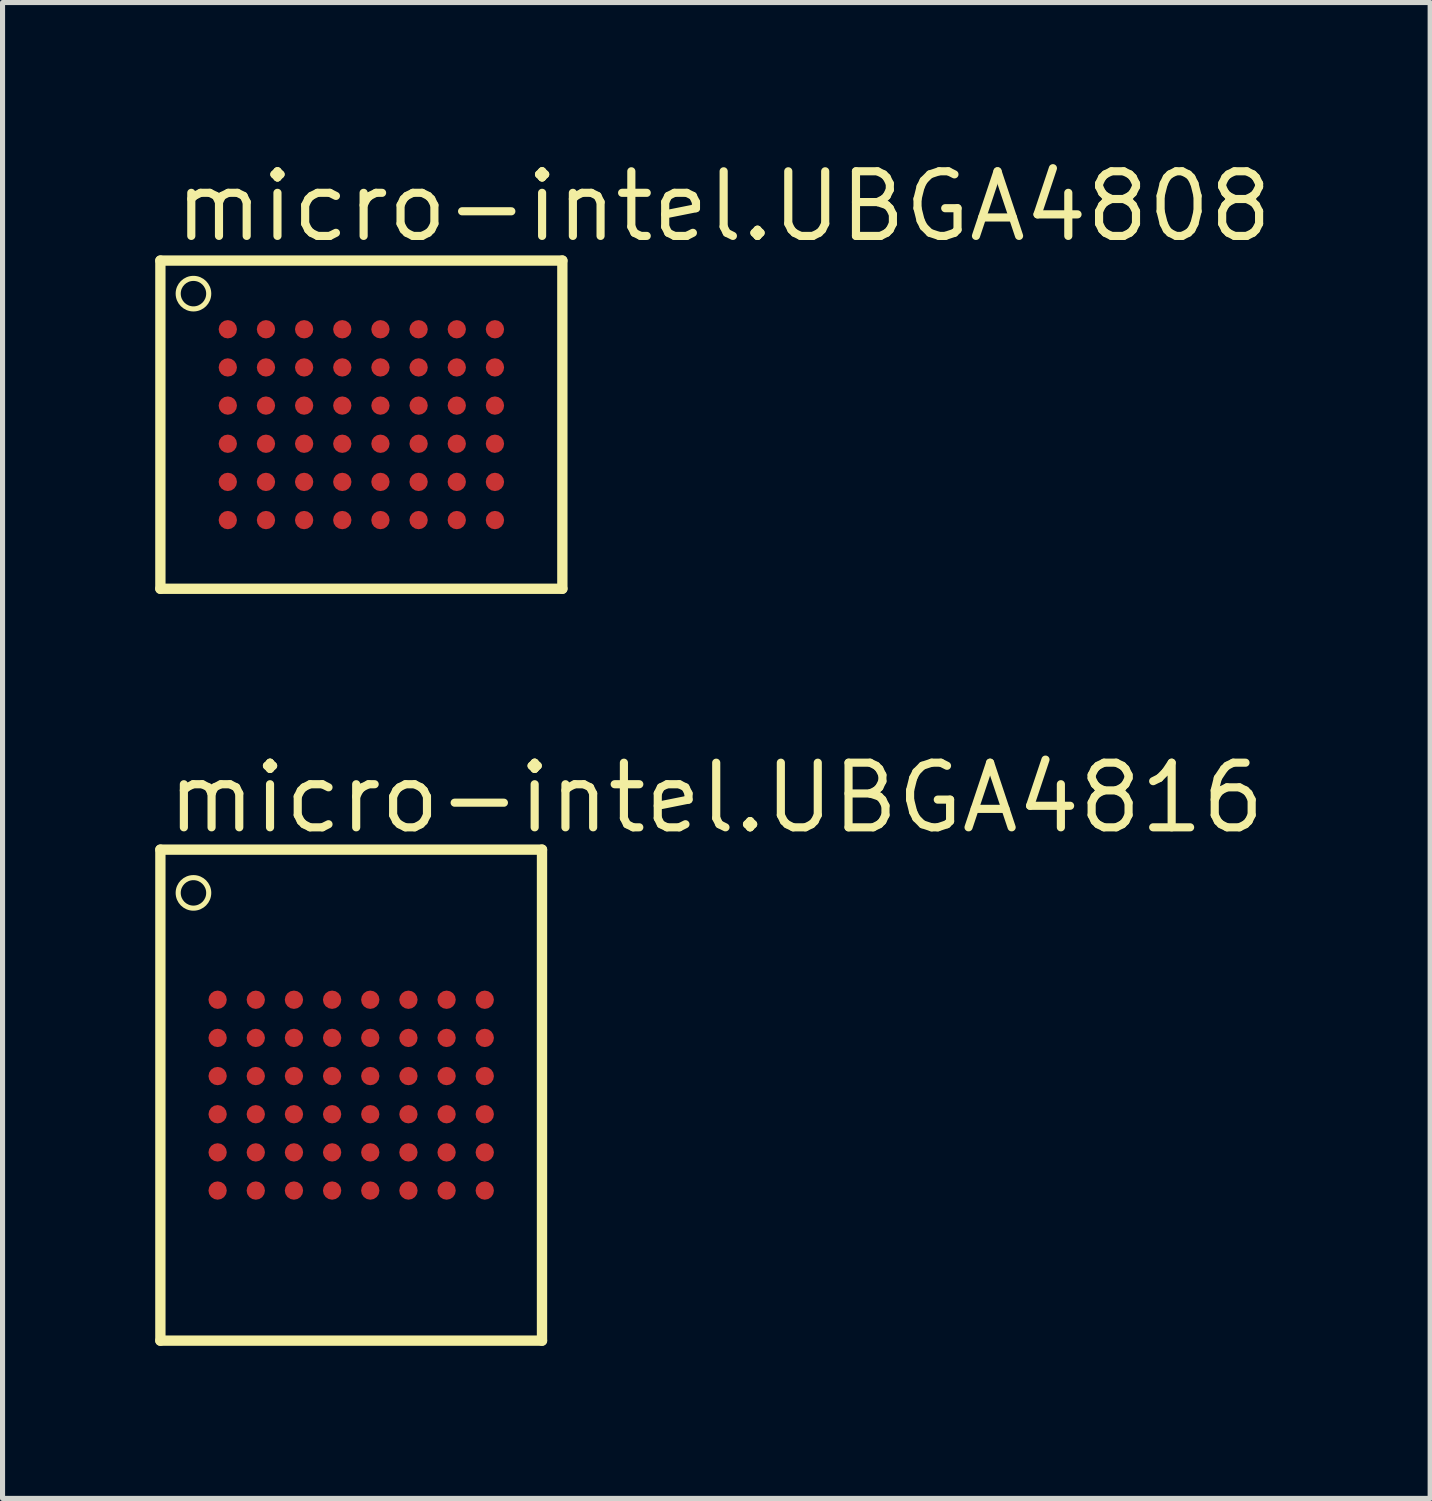
<source format=kicad_pcb>
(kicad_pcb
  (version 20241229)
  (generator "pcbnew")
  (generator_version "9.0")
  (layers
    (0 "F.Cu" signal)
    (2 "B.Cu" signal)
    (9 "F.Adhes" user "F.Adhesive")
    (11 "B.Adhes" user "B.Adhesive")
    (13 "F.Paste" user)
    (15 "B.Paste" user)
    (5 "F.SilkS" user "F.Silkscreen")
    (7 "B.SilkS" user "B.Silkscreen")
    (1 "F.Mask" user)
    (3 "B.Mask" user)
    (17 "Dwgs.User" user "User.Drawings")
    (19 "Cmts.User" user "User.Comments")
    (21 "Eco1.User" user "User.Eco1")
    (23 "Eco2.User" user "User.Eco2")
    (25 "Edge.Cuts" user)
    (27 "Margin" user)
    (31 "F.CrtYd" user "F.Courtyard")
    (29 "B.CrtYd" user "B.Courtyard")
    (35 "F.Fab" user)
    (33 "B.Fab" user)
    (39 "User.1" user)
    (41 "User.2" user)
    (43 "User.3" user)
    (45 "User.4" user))
  (footprint "micro-intel.UBGA4808"
    (layer "F.Cu")
    (at 4.052 5.296)
    (property "Reference" "micro-intel.UBGA4808" (at -3.75 -3.546 0) (layer "F.SilkS") (effects (font (size 1.27 1.27) (thickness 0.16)) (justify left bottom)))
    (attr smd)
    (fp_line (start -3.95 -3.225) (end -3.95 3.225) (stroke (width 0.203) (type default)) (layer "F.SilkS"))
    (fp_line (start -3.95 3.225) (end 3.95 3.225) (stroke (width 0.203) (type default)) (layer "F.SilkS"))
    (fp_line (start 3.95 -3.225) (end -3.95 -3.225) (stroke (width 0.203) (type default)) (layer "F.SilkS"))
    (fp_line (start 3.95 3.225) (end 3.95 -3.225) (stroke (width 0.203) (type default)) (layer "F.SilkS"))
    (fp_circle (center -3.3 -2.575) (end -3 -2.575) (stroke (width 0.1) (type default)) (fill no) (layer "F.SilkS"))
    (pad "A1" smd roundrect (at -2.625 -1.875) (size 0.36 0.36) (layers "F.Cu" "F.Mask" "F.Paste") (roundrect_rratio 0.5))
    (pad "A2" smd roundrect (at -1.875 -1.875) (size 0.36 0.36) (layers "F.Cu" "F.Mask" "F.Paste") (roundrect_rratio 0.5))
    (pad "A3" smd roundrect (at -1.125 -1.875) (size 0.36 0.36) (layers "F.Cu" "F.Mask" "F.Paste") (roundrect_rratio 0.5))
    (pad "A4" smd roundrect (at -0.375 -1.875) (size 0.36 0.36) (layers "F.Cu" "F.Mask" "F.Paste") (roundrect_rratio 0.5))
    (pad "A5" smd roundrect (at 0.375 -1.875) (size 0.36 0.36) (layers "F.Cu" "F.Mask" "F.Paste") (roundrect_rratio 0.5))
    (pad "A6" smd roundrect (at 1.125 -1.875) (size 0.36 0.36) (layers "F.Cu" "F.Mask" "F.Paste") (roundrect_rratio 0.5))
    (pad "A7" smd roundrect (at 1.875 -1.875) (size 0.36 0.36) (layers "F.Cu" "F.Mask" "F.Paste") (roundrect_rratio 0.5))
    (pad "A8" smd roundrect (at 2.625 -1.875) (size 0.36 0.36) (layers "F.Cu" "F.Mask" "F.Paste") (roundrect_rratio 0.5))
    (pad "B1" smd roundrect (at -2.625 -1.125) (size 0.36 0.36) (layers "F.Cu" "F.Mask" "F.Paste") (roundrect_rratio 0.5))
    (pad "B2" smd roundrect (at -1.875 -1.125) (size 0.36 0.36) (layers "F.Cu" "F.Mask" "F.Paste") (roundrect_rratio 0.5))
    (pad "B3" smd roundrect (at -1.125 -1.125) (size 0.36 0.36) (layers "F.Cu" "F.Mask" "F.Paste") (roundrect_rratio 0.5))
    (pad "B4" smd roundrect (at -0.375 -1.125) (size 0.36 0.36) (layers "F.Cu" "F.Mask" "F.Paste") (roundrect_rratio 0.5))
    (pad "B5" smd roundrect (at 0.375 -1.125) (size 0.36 0.36) (layers "F.Cu" "F.Mask" "F.Paste") (roundrect_rratio 0.5))
    (pad "B6" smd roundrect (at 1.125 -1.125) (size 0.36 0.36) (layers "F.Cu" "F.Mask" "F.Paste") (roundrect_rratio 0.5))
    (pad "B7" smd roundrect (at 1.875 -1.125) (size 0.36 0.36) (layers "F.Cu" "F.Mask" "F.Paste") (roundrect_rratio 0.5))
    (pad "B8" smd roundrect (at 2.625 -1.125) (size 0.36 0.36) (layers "F.Cu" "F.Mask" "F.Paste") (roundrect_rratio 0.5))
    (pad "C1" smd roundrect (at -2.625 -0.375) (size 0.36 0.36) (layers "F.Cu" "F.Mask" "F.Paste") (roundrect_rratio 0.5))
    (pad "C2" smd roundrect (at -1.875 -0.375) (size 0.36 0.36) (layers "F.Cu" "F.Mask" "F.Paste") (roundrect_rratio 0.5))
    (pad "C3" smd roundrect (at -1.125 -0.375) (size 0.36 0.36) (layers "F.Cu" "F.Mask" "F.Paste") (roundrect_rratio 0.5))
    (pad "C4" smd roundrect (at -0.375 -0.375) (size 0.36 0.36) (layers "F.Cu" "F.Mask" "F.Paste") (roundrect_rratio 0.5))
    (pad "C5" smd roundrect (at 0.375 -0.375) (size 0.36 0.36) (layers "F.Cu" "F.Mask" "F.Paste") (roundrect_rratio 0.5))
    (pad "C6" smd roundrect (at 1.125 -0.375) (size 0.36 0.36) (layers "F.Cu" "F.Mask" "F.Paste") (roundrect_rratio 0.5))
    (pad "C7" smd roundrect (at 1.875 -0.375) (size 0.36 0.36) (layers "F.Cu" "F.Mask" "F.Paste") (roundrect_rratio 0.5))
    (pad "C8" smd roundrect (at 2.625 -0.375) (size 0.36 0.36) (layers "F.Cu" "F.Mask" "F.Paste") (roundrect_rratio 0.5))
    (pad "D1" smd roundrect (at -2.625 0.375) (size 0.36 0.36) (layers "F.Cu" "F.Mask" "F.Paste") (roundrect_rratio 0.5))
    (pad "D2" smd roundrect (at -1.875 0.375) (size 0.36 0.36) (layers "F.Cu" "F.Mask" "F.Paste") (roundrect_rratio 0.5))
    (pad "D3" smd roundrect (at -1.125 0.375) (size 0.36 0.36) (layers "F.Cu" "F.Mask" "F.Paste") (roundrect_rratio 0.5))
    (pad "D4" smd roundrect (at -0.375 0.375) (size 0.36 0.36) (layers "F.Cu" "F.Mask" "F.Paste") (roundrect_rratio 0.5))
    (pad "D5" smd roundrect (at 0.375 0.375) (size 0.36 0.36) (layers "F.Cu" "F.Mask" "F.Paste") (roundrect_rratio 0.5))
    (pad "D6" smd roundrect (at 1.125 0.375) (size 0.36 0.36) (layers "F.Cu" "F.Mask" "F.Paste") (roundrect_rratio 0.5))
    (pad "D7" smd roundrect (at 1.875 0.375) (size 0.36 0.36) (layers "F.Cu" "F.Mask" "F.Paste") (roundrect_rratio 0.5))
    (pad "D8" smd roundrect (at 2.625 0.375) (size 0.36 0.36) (layers "F.Cu" "F.Mask" "F.Paste") (roundrect_rratio 0.5))
    (pad "E1" smd roundrect (at -2.625 1.125) (size 0.36 0.36) (layers "F.Cu" "F.Mask" "F.Paste") (roundrect_rratio 0.5))
    (pad "E2" smd roundrect (at -1.875 1.125) (size 0.36 0.36) (layers "F.Cu" "F.Mask" "F.Paste") (roundrect_rratio 0.5))
    (pad "E3" smd roundrect (at -1.125 1.125) (size 0.36 0.36) (layers "F.Cu" "F.Mask" "F.Paste") (roundrect_rratio 0.5))
    (pad "E4" smd roundrect (at -0.375 1.125) (size 0.36 0.36) (layers "F.Cu" "F.Mask" "F.Paste") (roundrect_rratio 0.5))
    (pad "E5" smd roundrect (at 0.375 1.125) (size 0.36 0.36) (layers "F.Cu" "F.Mask" "F.Paste") (roundrect_rratio 0.5))
    (pad "E6" smd roundrect (at 1.125 1.125) (size 0.36 0.36) (layers "F.Cu" "F.Mask" "F.Paste") (roundrect_rratio 0.5))
    (pad "E7" smd roundrect (at 1.875 1.125) (size 0.36 0.36) (layers "F.Cu" "F.Mask" "F.Paste") (roundrect_rratio 0.5))
    (pad "E8" smd roundrect (at 2.625 1.125) (size 0.36 0.36) (layers "F.Cu" "F.Mask" "F.Paste") (roundrect_rratio 0.5))
    (pad "F1" smd roundrect (at -2.625 1.875) (size 0.36 0.36) (layers "F.Cu" "F.Mask" "F.Paste") (roundrect_rratio 0.5))
    (pad "F2" smd roundrect (at -1.875 1.875) (size 0.36 0.36) (layers "F.Cu" "F.Mask" "F.Paste") (roundrect_rratio 0.5))
    (pad "F3" smd roundrect (at -1.125 1.875) (size 0.36 0.36) (layers "F.Cu" "F.Mask" "F.Paste") (roundrect_rratio 0.5))
    (pad "F4" smd roundrect (at -0.375 1.875) (size 0.36 0.36) (layers "F.Cu" "F.Mask" "F.Paste") (roundrect_rratio 0.5))
    (pad "F5" smd roundrect (at 0.375 1.875) (size 0.36 0.36) (layers "F.Cu" "F.Mask" "F.Paste") (roundrect_rratio 0.5))
    (pad "F6" smd roundrect (at 1.125 1.875) (size 0.36 0.36) (layers "F.Cu" "F.Mask" "F.Paste") (roundrect_rratio 0.5))
    (pad "F7" smd roundrect (at 1.875 1.875) (size 0.36 0.36) (layers "F.Cu" "F.Mask" "F.Paste") (roundrect_rratio 0.5))
    (pad "F8" smd roundrect (at 2.625 1.875) (size 0.36 0.36) (layers "F.Cu" "F.Mask" "F.Paste") (roundrect_rratio 0.5)))
  (footprint "micro-intel.UBGA4816"
    (layer "F.Cu")
    (at 3.852 18.473)
    (property "Reference" "micro-intel.UBGA4816" (at -3.696 -5.1 0) (layer "F.SilkS") (effects (font (size 1.27 1.27) (thickness 0.16)) (justify left bottom)))
    (attr smd)
    (fp_line (start -3.75 -4.825) (end -3.75 4.825) (stroke (width 0.203) (type default)) (layer "F.SilkS"))
    (fp_line (start -3.75 4.825) (end 3.75 4.825) (stroke (width 0.203) (type default)) (layer "F.SilkS"))
    (fp_line (start 3.75 -4.825) (end -3.75 -4.825) (stroke (width 0.203) (type default)) (layer "F.SilkS"))
    (fp_line (start 3.75 4.825) (end 3.75 -4.825) (stroke (width 0.203) (type default)) (layer "F.SilkS"))
    (fp_circle (center -3.1 -3.975) (end -2.8 -3.975) (stroke (width 0.1) (type default)) (fill no) (layer "F.SilkS"))
    (pad "A1" smd roundrect (at -2.625 -1.875) (size 0.36 0.36) (layers "F.Cu" "F.Mask" "F.Paste") (roundrect_rratio 0.5))
    (pad "A2" smd roundrect (at -1.875 -1.875) (size 0.36 0.36) (layers "F.Cu" "F.Mask" "F.Paste") (roundrect_rratio 0.5))
    (pad "A3" smd roundrect (at -1.125 -1.875) (size 0.36 0.36) (layers "F.Cu" "F.Mask" "F.Paste") (roundrect_rratio 0.5))
    (pad "A4" smd roundrect (at -0.375 -1.875) (size 0.36 0.36) (layers "F.Cu" "F.Mask" "F.Paste") (roundrect_rratio 0.5))
    (pad "A5" smd roundrect (at 0.375 -1.875) (size 0.36 0.36) (layers "F.Cu" "F.Mask" "F.Paste") (roundrect_rratio 0.5))
    (pad "A6" smd roundrect (at 1.125 -1.875) (size 0.36 0.36) (layers "F.Cu" "F.Mask" "F.Paste") (roundrect_rratio 0.5))
    (pad "A7" smd roundrect (at 1.875 -1.875) (size 0.36 0.36) (layers "F.Cu" "F.Mask" "F.Paste") (roundrect_rratio 0.5))
    (pad "A8" smd roundrect (at 2.625 -1.875) (size 0.36 0.36) (layers "F.Cu" "F.Mask" "F.Paste") (roundrect_rratio 0.5))
    (pad "B1" smd roundrect (at -2.625 -1.125) (size 0.36 0.36) (layers "F.Cu" "F.Mask" "F.Paste") (roundrect_rratio 0.5))
    (pad "B2" smd roundrect (at -1.875 -1.125) (size 0.36 0.36) (layers "F.Cu" "F.Mask" "F.Paste") (roundrect_rratio 0.5))
    (pad "B3" smd roundrect (at -1.125 -1.125) (size 0.36 0.36) (layers "F.Cu" "F.Mask" "F.Paste") (roundrect_rratio 0.5))
    (pad "B4" smd roundrect (at -0.375 -1.125) (size 0.36 0.36) (layers "F.Cu" "F.Mask" "F.Paste") (roundrect_rratio 0.5))
    (pad "B5" smd roundrect (at 0.375 -1.125) (size 0.36 0.36) (layers "F.Cu" "F.Mask" "F.Paste") (roundrect_rratio 0.5))
    (pad "B6" smd roundrect (at 1.125 -1.125) (size 0.36 0.36) (layers "F.Cu" "F.Mask" "F.Paste") (roundrect_rratio 0.5))
    (pad "B7" smd roundrect (at 1.875 -1.125) (size 0.36 0.36) (layers "F.Cu" "F.Mask" "F.Paste") (roundrect_rratio 0.5))
    (pad "B8" smd roundrect (at 2.625 -1.125) (size 0.36 0.36) (layers "F.Cu" "F.Mask" "F.Paste") (roundrect_rratio 0.5))
    (pad "C1" smd roundrect (at -2.625 -0.375) (size 0.36 0.36) (layers "F.Cu" "F.Mask" "F.Paste") (roundrect_rratio 0.5))
    (pad "C2" smd roundrect (at -1.875 -0.375) (size 0.36 0.36) (layers "F.Cu" "F.Mask" "F.Paste") (roundrect_rratio 0.5))
    (pad "C3" smd roundrect (at -1.125 -0.375) (size 0.36 0.36) (layers "F.Cu" "F.Mask" "F.Paste") (roundrect_rratio 0.5))
    (pad "C4" smd roundrect (at -0.375 -0.375) (size 0.36 0.36) (layers "F.Cu" "F.Mask" "F.Paste") (roundrect_rratio 0.5))
    (pad "C5" smd roundrect (at 0.375 -0.375) (size 0.36 0.36) (layers "F.Cu" "F.Mask" "F.Paste") (roundrect_rratio 0.5))
    (pad "C6" smd roundrect (at 1.125 -0.375) (size 0.36 0.36) (layers "F.Cu" "F.Mask" "F.Paste") (roundrect_rratio 0.5))
    (pad "C7" smd roundrect (at 1.875 -0.375) (size 0.36 0.36) (layers "F.Cu" "F.Mask" "F.Paste") (roundrect_rratio 0.5))
    (pad "C8" smd roundrect (at 2.625 -0.375) (size 0.36 0.36) (layers "F.Cu" "F.Mask" "F.Paste") (roundrect_rratio 0.5))
    (pad "D1" smd roundrect (at -2.625 0.375) (size 0.36 0.36) (layers "F.Cu" "F.Mask" "F.Paste") (roundrect_rratio 0.5))
    (pad "D2" smd roundrect (at -1.875 0.375) (size 0.36 0.36) (layers "F.Cu" "F.Mask" "F.Paste") (roundrect_rratio 0.5))
    (pad "D3" smd roundrect (at -1.125 0.375) (size 0.36 0.36) (layers "F.Cu" "F.Mask" "F.Paste") (roundrect_rratio 0.5))
    (pad "D4" smd roundrect (at -0.375 0.375) (size 0.36 0.36) (layers "F.Cu" "F.Mask" "F.Paste") (roundrect_rratio 0.5))
    (pad "D5" smd roundrect (at 0.375 0.375) (size 0.36 0.36) (layers "F.Cu" "F.Mask" "F.Paste") (roundrect_rratio 0.5))
    (pad "D6" smd roundrect (at 1.125 0.375) (size 0.36 0.36) (layers "F.Cu" "F.Mask" "F.Paste") (roundrect_rratio 0.5))
    (pad "D7" smd roundrect (at 1.875 0.375) (size 0.36 0.36) (layers "F.Cu" "F.Mask" "F.Paste") (roundrect_rratio 0.5))
    (pad "D8" smd roundrect (at 2.625 0.375) (size 0.36 0.36) (layers "F.Cu" "F.Mask" "F.Paste") (roundrect_rratio 0.5))
    (pad "E1" smd roundrect (at -2.625 1.125) (size 0.36 0.36) (layers "F.Cu" "F.Mask" "F.Paste") (roundrect_rratio 0.5))
    (pad "E2" smd roundrect (at -1.875 1.125) (size 0.36 0.36) (layers "F.Cu" "F.Mask" "F.Paste") (roundrect_rratio 0.5))
    (pad "E3" smd roundrect (at -1.125 1.125) (size 0.36 0.36) (layers "F.Cu" "F.Mask" "F.Paste") (roundrect_rratio 0.5))
    (pad "E4" smd roundrect (at -0.375 1.125) (size 0.36 0.36) (layers "F.Cu" "F.Mask" "F.Paste") (roundrect_rratio 0.5))
    (pad "E5" smd roundrect (at 0.375 1.125) (size 0.36 0.36) (layers "F.Cu" "F.Mask" "F.Paste") (roundrect_rratio 0.5))
    (pad "E6" smd roundrect (at 1.125 1.125) (size 0.36 0.36) (layers "F.Cu" "F.Mask" "F.Paste") (roundrect_rratio 0.5))
    (pad "E7" smd roundrect (at 1.875 1.125) (size 0.36 0.36) (layers "F.Cu" "F.Mask" "F.Paste") (roundrect_rratio 0.5))
    (pad "E8" smd roundrect (at 2.625 1.125) (size 0.36 0.36) (layers "F.Cu" "F.Mask" "F.Paste") (roundrect_rratio 0.5))
    (pad "F1" smd roundrect (at -2.625 1.875) (size 0.36 0.36) (layers "F.Cu" "F.Mask" "F.Paste") (roundrect_rratio 0.5))
    (pad "F2" smd roundrect (at -1.875 1.875) (size 0.36 0.36) (layers "F.Cu" "F.Mask" "F.Paste") (roundrect_rratio 0.5))
    (pad "F3" smd roundrect (at -1.125 1.875) (size 0.36 0.36) (layers "F.Cu" "F.Mask" "F.Paste") (roundrect_rratio 0.5))
    (pad "F4" smd roundrect (at -0.375 1.875) (size 0.36 0.36) (layers "F.Cu" "F.Mask" "F.Paste") (roundrect_rratio 0.5))
    (pad "F5" smd roundrect (at 0.375 1.875) (size 0.36 0.36) (layers "F.Cu" "F.Mask" "F.Paste") (roundrect_rratio 0.5))
    (pad "F6" smd roundrect (at 1.125 1.875) (size 0.36 0.36) (layers "F.Cu" "F.Mask" "F.Paste") (roundrect_rratio 0.5))
    (pad "F7" smd roundrect (at 1.875 1.875) (size 0.36 0.36) (layers "F.Cu" "F.Mask" "F.Paste") (roundrect_rratio 0.5))
    (pad "F8" smd roundrect (at 2.625 1.875) (size 0.36 0.36) (layers "F.Cu" "F.Mask" "F.Paste") (roundrect_rratio 0.5)))
  (gr_rect
    (start -3 -3)
    (end 25.057 26.399)
    (stroke (width 0.1) (type default))
    (fill no)
    (layer "Edge.Cuts")))
</source>
